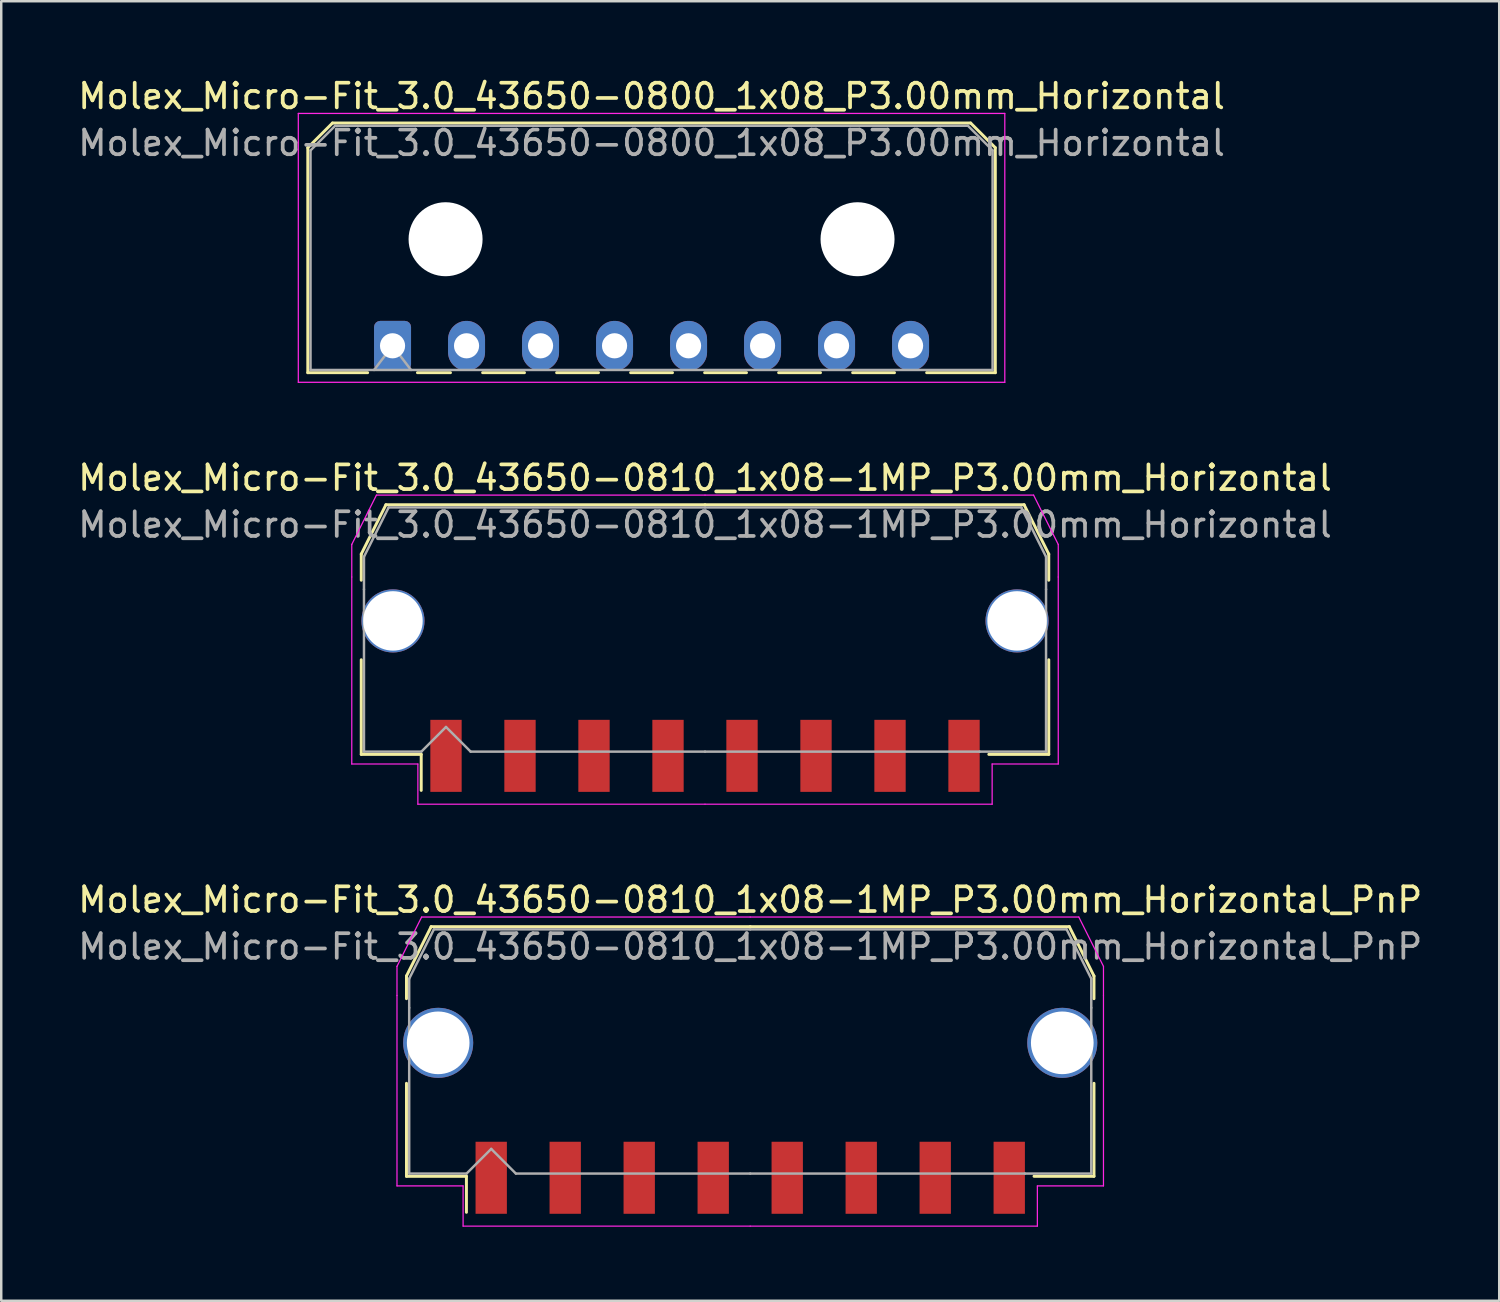
<source format=kicad_pcb>
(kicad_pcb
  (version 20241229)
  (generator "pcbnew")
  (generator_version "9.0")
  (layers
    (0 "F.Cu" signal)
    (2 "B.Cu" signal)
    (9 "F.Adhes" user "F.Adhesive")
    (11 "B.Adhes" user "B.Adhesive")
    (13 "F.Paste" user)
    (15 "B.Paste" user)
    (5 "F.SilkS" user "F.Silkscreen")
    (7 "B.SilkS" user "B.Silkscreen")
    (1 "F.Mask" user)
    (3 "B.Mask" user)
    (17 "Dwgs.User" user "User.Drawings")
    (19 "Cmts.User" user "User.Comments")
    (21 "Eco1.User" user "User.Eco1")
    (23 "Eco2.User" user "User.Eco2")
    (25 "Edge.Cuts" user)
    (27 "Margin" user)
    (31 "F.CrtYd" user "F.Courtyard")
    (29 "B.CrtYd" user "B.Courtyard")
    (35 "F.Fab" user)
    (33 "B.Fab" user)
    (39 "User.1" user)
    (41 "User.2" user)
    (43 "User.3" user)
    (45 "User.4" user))
  (footprint "Molex_Micro-Fit_3.0_43650-0800_1x08_P3.00mm_Horizontal"
    (layer "F.Cu")
    (at 12.863 10.968)
    (property "Reference" "Molex_Micro-Fit_3.0_43650-0800_1x08_P3.00mm_Horizontal" (at 10.5 -10.12 0) (layer "F.SilkS") (effects (font (size 1 1) (thickness 0.15))))
    (attr through_hole)
    (fp_line (start -3.435 -8.03) (end -2.435 -9.03) (stroke (width 0.12) (type solid)) (layer "F.SilkS"))
    (fp_line (start -3.435 1.09) (end -3.435 -8.03) (stroke (width 0.12) (type solid)) (layer "F.SilkS"))
    (fp_line (start -3.435 1.09) (end -1.01 1.09) (stroke (width 0.12) (type solid)) (layer "F.SilkS"))
    (fp_line (start -2.435 -9.03) (end 23.435 -9.03) (stroke (width 0.12) (type solid)) (layer "F.SilkS"))
    (fp_line (start 1.01 1.09) (end 2.348 1.09) (stroke (width 0.12) (type solid)) (layer "F.SilkS"))
    (fp_line (start 3.652 1.09) (end 5.348 1.09) (stroke (width 0.12) (type solid)) (layer "F.SilkS"))
    (fp_line (start 6.652 1.09) (end 8.348 1.09) (stroke (width 0.12) (type solid)) (layer "F.SilkS"))
    (fp_line (start 9.652 1.09) (end 11.348 1.09) (stroke (width 0.12) (type solid)) (layer "F.SilkS"))
    (fp_line (start 12.652 1.09) (end 14.348 1.09) (stroke (width 0.12) (type solid)) (layer "F.SilkS"))
    (fp_line (start 15.652 1.09) (end 17.348 1.09) (stroke (width 0.12) (type solid)) (layer "F.SilkS"))
    (fp_line (start 18.652 1.09) (end 20.348 1.09) (stroke (width 0.12) (type solid)) (layer "F.SilkS"))
    (fp_line (start 23.435 -9.03) (end 24.435 -8.03) (stroke (width 0.12) (type solid)) (layer "F.SilkS"))
    (fp_line (start 24.435 -8.03) (end 24.435 1.09) (stroke (width 0.12) (type solid)) (layer "F.SilkS"))
    (fp_line (start 24.435 1.09) (end 21.652 1.09) (stroke (width 0.12) (type solid)) (layer "F.SilkS"))
    (fp_line (start -3.82 -9.42) (end 24.82 -9.42) (stroke (width 0.05) (type solid)) (layer "F.CrtYd"))
    (fp_line (start -3.82 1.48) (end -3.82 -9.42) (stroke (width 0.05) (type solid)) (layer "F.CrtYd"))
    (fp_line (start 24.82 -9.42) (end 24.82 1.48) (stroke (width 0.05) (type solid)) (layer "F.CrtYd"))
    (fp_line (start 24.82 1.48) (end -3.82 1.48) (stroke (width 0.05) (type solid)) (layer "F.CrtYd"))
    (fp_line (start -3.325 -7.92) (end -2.325 -8.92) (stroke (width 0.1) (type solid)) (layer "F.Fab"))
    (fp_line (start -3.325 0.98) (end -3.325 -7.92) (stroke (width 0.1) (type solid)) (layer "F.Fab"))
    (fp_line (start -2.325 -8.92) (end 23.325 -8.92) (stroke (width 0.1) (type solid)) (layer "F.Fab"))
    (fp_line (start -0.75 0.98) (end 0 0) (stroke (width 0.1) (type solid)) (layer "F.Fab"))
    (fp_line (start 0 0) (end 0.75 0.98) (stroke (width 0.1) (type solid)) (layer "F.Fab"))
    (fp_line (start 23.325 -8.92) (end 24.325 -7.92) (stroke (width 0.1) (type solid)) (layer "F.Fab"))
    (fp_line (start 24.325 -7.92) (end 24.325 0.98) (stroke (width 0.1) (type solid)) (layer "F.Fab"))
    (fp_line (start 24.325 0.98) (end -3.325 0.98) (stroke (width 0.1) (type solid)) (layer "F.Fab"))
    (fp_text user "${REFERENCE}" (at 10.5 -8.22 0) (layer "F.Fab") (effects (font (size 1 1) (thickness 0.15))))
    (pad "" np_thru_hole circle (at 2.15 -4.32) (size 3 3) (drill 3) (layers "*.Cu" "*.Mask"))
    (pad "" np_thru_hole circle (at 18.85 -4.32) (size 3 3) (drill 3) (layers "*.Cu" "*.Mask"))
    (pad "1" thru_hole roundrect (at 0 0) (size 1.5 2.02) (drill 1.02) (layers "*.Cu" "*.Mask") (roundrect_rratio 0.167))
    (pad "2" thru_hole oval (at 3 0) (size 1.5 2.02) (drill 1.02) (layers "*.Cu" "*.Mask"))
    (pad "3" thru_hole oval (at 6 0) (size 1.5 2.02) (drill 1.02) (layers "*.Cu" "*.Mask"))
    (pad "4" thru_hole oval (at 9 0) (size 1.5 2.02) (drill 1.02) (layers "*.Cu" "*.Mask"))
    (pad "5" thru_hole oval (at 12 0) (size 1.5 2.02) (drill 1.02) (layers "*.Cu" "*.Mask"))
    (pad "6" thru_hole oval (at 15 0) (size 1.5 2.02) (drill 1.02) (layers "*.Cu" "*.Mask"))
    (pad "7" thru_hole oval (at 18 0) (size 1.5 2.02) (drill 1.02) (layers "*.Cu" "*.Mask"))
    (pad "8" thru_hole oval (at 21 0) (size 1.5 2.02) (drill 1.02) (layers "*.Cu" "*.Mask")))
  (footprint "Molex_Micro-Fit_3.0_43650-0810_1x08-1MP_P3.00mm_Horizontal"
    (layer "F.Cu")
    (at 25.53 22.471)
    (property "Reference" "Molex_Micro-Fit_3.0_43650-0810_1x08-1MP_P3.00mm_Horizontal" (at 0 -6.15 0) (layer "F.SilkS") (effects (font (size 1 1) (thickness 0.15))))
    (attr smd)
    (fp_line (start -13.935 -3.06) (end -13.935 -2) (stroke (width 0.12) (type solid)) (layer "F.SilkS"))
    (fp_line (start -13.935 1.225) (end -13.935 5.06) (stroke (width 0.12) (type solid)) (layer "F.SilkS"))
    (fp_line (start -13.935 5.06) (end -11.505 5.06) (stroke (width 0.12) (type solid)) (layer "F.SilkS"))
    (fp_line (start -12.935 -5.06) (end -13.935 -3.06) (stroke (width 0.12) (type solid)) (layer "F.SilkS"))
    (fp_line (start -11.505 5.06) (end -11.505 6.52) (stroke (width 0.12) (type solid)) (layer "F.SilkS"))
    (fp_line (start 0 -5.06) (end -12.935 -5.06) (stroke (width 0.12) (type solid)) (layer "F.SilkS"))
    (fp_line (start 0 -5.06) (end 12.935 -5.06) (stroke (width 0.12) (type solid)) (layer "F.SilkS"))
    (fp_line (start 12.935 -5.06) (end 13.935 -3.06) (stroke (width 0.12) (type solid)) (layer "F.SilkS"))
    (fp_line (start 13.935 -3.06) (end 13.935 -2) (stroke (width 0.12) (type solid)) (layer "F.SilkS"))
    (fp_line (start 13.935 1.225) (end 13.935 5.06) (stroke (width 0.12) (type solid)) (layer "F.SilkS"))
    (fp_line (start 13.935 5.06) (end 11.505 5.06) (stroke (width 0.12) (type solid)) (layer "F.SilkS"))
    (fp_line (start -14.32 -3.45) (end -14.32 -2.13) (stroke (width 0.05) (type solid)) (layer "F.CrtYd"))
    (fp_line (start -14.32 -2.13) (end -14.32 5.45) (stroke (width 0.05) (type solid)) (layer "F.CrtYd"))
    (fp_line (start -14.32 5.45) (end -11.64 5.45) (stroke (width 0.05) (type solid)) (layer "F.CrtYd"))
    (fp_line (start -13.32 -5.45) (end -14.32 -3.45) (stroke (width 0.05) (type solid)) (layer "F.CrtYd"))
    (fp_line (start -11.64 5.45) (end -11.64 7.08) (stroke (width 0.05) (type solid)) (layer "F.CrtYd"))
    (fp_line (start -11.64 7.08) (end 0 7.08) (stroke (width 0.05) (type solid)) (layer "F.CrtYd"))
    (fp_line (start 0 -5.45) (end -13.32 -5.45) (stroke (width 0.05) (type solid)) (layer "F.CrtYd"))
    (fp_line (start 0 -5.45) (end 13.32 -5.45) (stroke (width 0.05) (type solid)) (layer "F.CrtYd"))
    (fp_line (start 11.64 5.45) (end 11.64 7.08) (stroke (width 0.05) (type solid)) (layer "F.CrtYd"))
    (fp_line (start 11.64 7.08) (end 0 7.08) (stroke (width 0.05) (type solid)) (layer "F.CrtYd"))
    (fp_line (start 13.32 -5.45) (end 14.32 -3.45) (stroke (width 0.05) (type solid)) (layer "F.CrtYd"))
    (fp_line (start 14.32 -3.45) (end 14.32 -2.13) (stroke (width 0.05) (type solid)) (layer "F.CrtYd"))
    (fp_line (start 14.32 -2.13) (end 14.32 5.45) (stroke (width 0.05) (type solid)) (layer "F.CrtYd"))
    (fp_line (start 14.32 5.45) (end 11.64 5.45) (stroke (width 0.05) (type solid)) (layer "F.CrtYd"))
    (fp_line (start -13.825 -2.95) (end -13.825 -1.63) (stroke (width 0.1) (type solid)) (layer "F.Fab"))
    (fp_line (start -13.825 -1.63) (end -13.825 4.95) (stroke (width 0.1) (type solid)) (layer "F.Fab"))
    (fp_line (start -13.825 4.95) (end -11.5 4.95) (stroke (width 0.1) (type solid)) (layer "F.Fab"))
    (fp_line (start -12.825 -4.95) (end -13.825 -2.95) (stroke (width 0.1) (type solid)) (layer "F.Fab"))
    (fp_line (start -11.5 4.95) (end -10.5 3.95) (stroke (width 0.1) (type solid)) (layer "F.Fab"))
    (fp_line (start -10.5 3.95) (end -9.5 4.95) (stroke (width 0.1) (type solid)) (layer "F.Fab"))
    (fp_line (start -9.5 4.95) (end 0 4.95) (stroke (width 0.1) (type solid)) (layer "F.Fab"))
    (fp_line (start 0 -4.95) (end -12.825 -4.95) (stroke (width 0.1) (type solid)) (layer "F.Fab"))
    (fp_line (start 0 -4.95) (end 12.825 -4.95) (stroke (width 0.1) (type solid)) (layer "F.Fab"))
    (fp_line (start 11.135 4.95) (end 0 4.95) (stroke (width 0.1) (type solid)) (layer "F.Fab"))
    (fp_line (start 12.825 -4.95) (end 13.825 -2.95) (stroke (width 0.1) (type solid)) (layer "F.Fab"))
    (fp_line (start 13.825 -2.95) (end 13.825 -1.63) (stroke (width 0.1) (type solid)) (layer "F.Fab"))
    (fp_line (start 13.825 -1.63) (end 13.825 4.95) (stroke (width 0.1) (type solid)) (layer "F.Fab"))
    (fp_line (start 13.825 4.95) (end 11.135 4.95) (stroke (width 0.1) (type solid)) (layer "F.Fab"))
    (fp_text user "${REFERENCE}" (at 0 -4.25 0) (layer "F.Fab") (effects (font (size 1 1) (thickness 0.15))))
    (pad "1" smd rect (at -10.5 5.12) (size 1.27 2.92) (layers "F.Cu" "F.Mask" "F.Paste"))
    (pad "2" smd rect (at -7.5 5.12) (size 1.27 2.92) (layers "F.Cu" "F.Mask" "F.Paste"))
    (pad "3" smd rect (at -4.5 5.12) (size 1.27 2.92) (layers "F.Cu" "F.Mask" "F.Paste"))
    (pad "4" smd rect (at -1.5 5.12) (size 1.27 2.92) (layers "F.Cu" "F.Mask" "F.Paste"))
    (pad "5" smd rect (at 1.5 5.12) (size 1.27 2.92) (layers "F.Cu" "F.Mask" "F.Paste"))
    (pad "6" smd rect (at 4.5 5.12) (size 1.27 2.92) (layers "F.Cu" "F.Mask" "F.Paste"))
    (pad "7" smd rect (at 7.5 5.12) (size 1.27 2.92) (layers "F.Cu" "F.Mask" "F.Paste"))
    (pad "8" smd rect (at 10.5 5.12) (size 1.27 2.92) (layers "F.Cu" "F.Mask" "F.Paste"))
    (pad "MP" thru_hole circle (at -12.65 -0.35) (size 2.56 2.56) (drill 2.41) (layers "*.Cu" "*.Mask"))
    (pad "MP" thru_hole circle (at 12.65 -0.35) (size 2.56 2.56) (drill 2.41) (layers "*.Cu" "*.Mask")))
  (footprint "Molex_Micro-Fit_3.0_43650-0810_1x08-1MP_P3.00mm_Horizontal_PnP"
    (layer "F.Cu")
    (at 27.363 39.575)
    (property "Reference" "Molex_Micro-Fit_3.0_43650-0810_1x08-1MP_P3.00mm_Horizontal_PnP" (at 0 -6.15 0) (layer "F.SilkS") (effects (font (size 1 1) (thickness 0.15))))
    (attr smd)
    (fp_line (start -13.935 -3.06) (end -13.935 -2.14) (stroke (width 0.12) (type solid)) (layer "F.SilkS"))
    (fp_line (start -13.935 1.29) (end -13.935 5.06) (stroke (width 0.12) (type solid)) (layer "F.SilkS"))
    (fp_line (start -13.935 5.06) (end -11.505 5.06) (stroke (width 0.12) (type solid)) (layer "F.SilkS"))
    (fp_line (start -12.935 -5.06) (end -13.935 -3.06) (stroke (width 0.12) (type solid)) (layer "F.SilkS"))
    (fp_line (start -11.505 5.06) (end -11.505 6.52) (stroke (width 0.12) (type solid)) (layer "F.SilkS"))
    (fp_line (start 0 -5.06) (end -12.935 -5.06) (stroke (width 0.12) (type solid)) (layer "F.SilkS"))
    (fp_line (start 0 -5.06) (end 12.935 -5.06) (stroke (width 0.12) (type solid)) (layer "F.SilkS"))
    (fp_line (start 12.935 -5.06) (end 13.935 -3.06) (stroke (width 0.12) (type solid)) (layer "F.SilkS"))
    (fp_line (start 13.935 -3.06) (end 13.935 -2.14) (stroke (width 0.12) (type solid)) (layer "F.SilkS"))
    (fp_line (start 13.935 1.29) (end 13.935 5.06) (stroke (width 0.12) (type solid)) (layer "F.SilkS"))
    (fp_line (start 13.935 5.06) (end 11.505 5.06) (stroke (width 0.12) (type solid)) (layer "F.SilkS"))
    (fp_line (start -14.32 -3.45) (end -14.32 -2.27) (stroke (width 0.05) (type solid)) (layer "F.CrtYd"))
    (fp_line (start -14.32 -2.27) (end -14.32 5.45) (stroke (width 0.05) (type solid)) (layer "F.CrtYd"))
    (fp_line (start -14.32 5.45) (end -11.64 5.45) (stroke (width 0.05) (type solid)) (layer "F.CrtYd"))
    (fp_line (start -13.32 -5.45) (end -14.32 -3.45) (stroke (width 0.05) (type solid)) (layer "F.CrtYd"))
    (fp_line (start -11.64 5.45) (end -11.64 7.08) (stroke (width 0.05) (type solid)) (layer "F.CrtYd"))
    (fp_line (start -11.64 7.08) (end 0 7.08) (stroke (width 0.05) (type solid)) (layer "F.CrtYd"))
    (fp_line (start 0 -5.45) (end -13.32 -5.45) (stroke (width 0.05) (type solid)) (layer "F.CrtYd"))
    (fp_line (start 0 -5.45) (end 13.32 -5.45) (stroke (width 0.05) (type solid)) (layer "F.CrtYd"))
    (fp_line (start 11.64 5.45) (end 11.64 7.08) (stroke (width 0.05) (type solid)) (layer "F.CrtYd"))
    (fp_line (start 11.64 7.08) (end 0 7.08) (stroke (width 0.05) (type solid)) (layer "F.CrtYd"))
    (fp_line (start 13.32 -5.45) (end 14.32 -3.45) (stroke (width 0.05) (type solid)) (layer "F.CrtYd"))
    (fp_line (start 14.32 -3.45) (end 14.32 -2.27) (stroke (width 0.05) (type solid)) (layer "F.CrtYd"))
    (fp_line (start 14.32 -2.27) (end 14.32 5.45) (stroke (width 0.05) (type solid)) (layer "F.CrtYd"))
    (fp_line (start 14.32 5.45) (end 11.64 5.45) (stroke (width 0.05) (type solid)) (layer "F.CrtYd"))
    (fp_line (start -13.825 -2.95) (end -13.825 -1.77) (stroke (width 0.1) (type solid)) (layer "F.Fab"))
    (fp_line (start -13.825 -1.77) (end -13.825 4.95) (stroke (width 0.1) (type solid)) (layer "F.Fab"))
    (fp_line (start -13.825 4.95) (end -11.5 4.95) (stroke (width 0.1) (type solid)) (layer "F.Fab"))
    (fp_line (start -12.825 -4.95) (end -13.825 -2.95) (stroke (width 0.1) (type solid)) (layer "F.Fab"))
    (fp_line (start -11.5 4.95) (end -10.5 3.95) (stroke (width 0.1) (type solid)) (layer "F.Fab"))
    (fp_line (start -10.5 3.95) (end -9.5 4.95) (stroke (width 0.1) (type solid)) (layer "F.Fab"))
    (fp_line (start -9.5 4.95) (end 0 4.95) (stroke (width 0.1) (type solid)) (layer "F.Fab"))
    (fp_line (start 0 -4.95) (end -12.825 -4.95) (stroke (width 0.1) (type solid)) (layer "F.Fab"))
    (fp_line (start 0 -4.95) (end 12.825 -4.95) (stroke (width 0.1) (type solid)) (layer "F.Fab"))
    (fp_line (start 11.135 4.95) (end 0 4.95) (stroke (width 0.1) (type solid)) (layer "F.Fab"))
    (fp_line (start 12.825 -4.95) (end 13.825 -2.95) (stroke (width 0.1) (type solid)) (layer "F.Fab"))
    (fp_line (start 13.825 -2.95) (end 13.825 -1.77) (stroke (width 0.1) (type solid)) (layer "F.Fab"))
    (fp_line (start 13.825 -1.77) (end 13.825 4.95) (stroke (width 0.1) (type solid)) (layer "F.Fab"))
    (fp_line (start 13.825 4.95) (end 11.135 4.95) (stroke (width 0.1) (type solid)) (layer "F.Fab"))
    (fp_text user "${REFERENCE}" (at 0 -4.25 0) (layer "F.Fab") (effects (font (size 1 1) (thickness 0.15))))
    (pad "1" smd rect (at -10.5 5.12) (size 1.27 2.92) (layers "F.Cu" "F.Mask" "F.Paste"))
    (pad "2" smd rect (at -7.5 5.12) (size 1.27 2.92) (layers "F.Cu" "F.Mask" "F.Paste"))
    (pad "3" smd rect (at -4.5 5.12) (size 1.27 2.92) (layers "F.Cu" "F.Mask" "F.Paste"))
    (pad "4" smd rect (at -1.5 5.12) (size 1.27 2.92) (layers "F.Cu" "F.Mask" "F.Paste"))
    (pad "5" smd rect (at 1.5 5.12) (size 1.27 2.92) (layers "F.Cu" "F.Mask" "F.Paste"))
    (pad "6" smd rect (at 4.5 5.12) (size 1.27 2.92) (layers "F.Cu" "F.Mask" "F.Paste"))
    (pad "7" smd rect (at 7.5 5.12) (size 1.27 2.92) (layers "F.Cu" "F.Mask" "F.Paste"))
    (pad "8" smd rect (at 10.5 5.12) (size 1.27 2.92) (layers "F.Cu" "F.Mask" "F.Paste"))
    (pad "MP" thru_hole circle (at -12.65 -0.35) (size 2.84 2.84) (drill 2.54) (layers "*.Cu" "*.Mask"))
    (pad "MP" thru_hole circle (at 12.65 -0.35) (size 2.84 2.84) (drill 2.54) (layers "*.Cu" "*.Mask")))
  (gr_rect
    (start -3 -3)
    (end 57.726 49.68)
    (stroke (width 0.1) (type default))
    (fill no)
    (layer "Edge.Cuts")))
</source>
